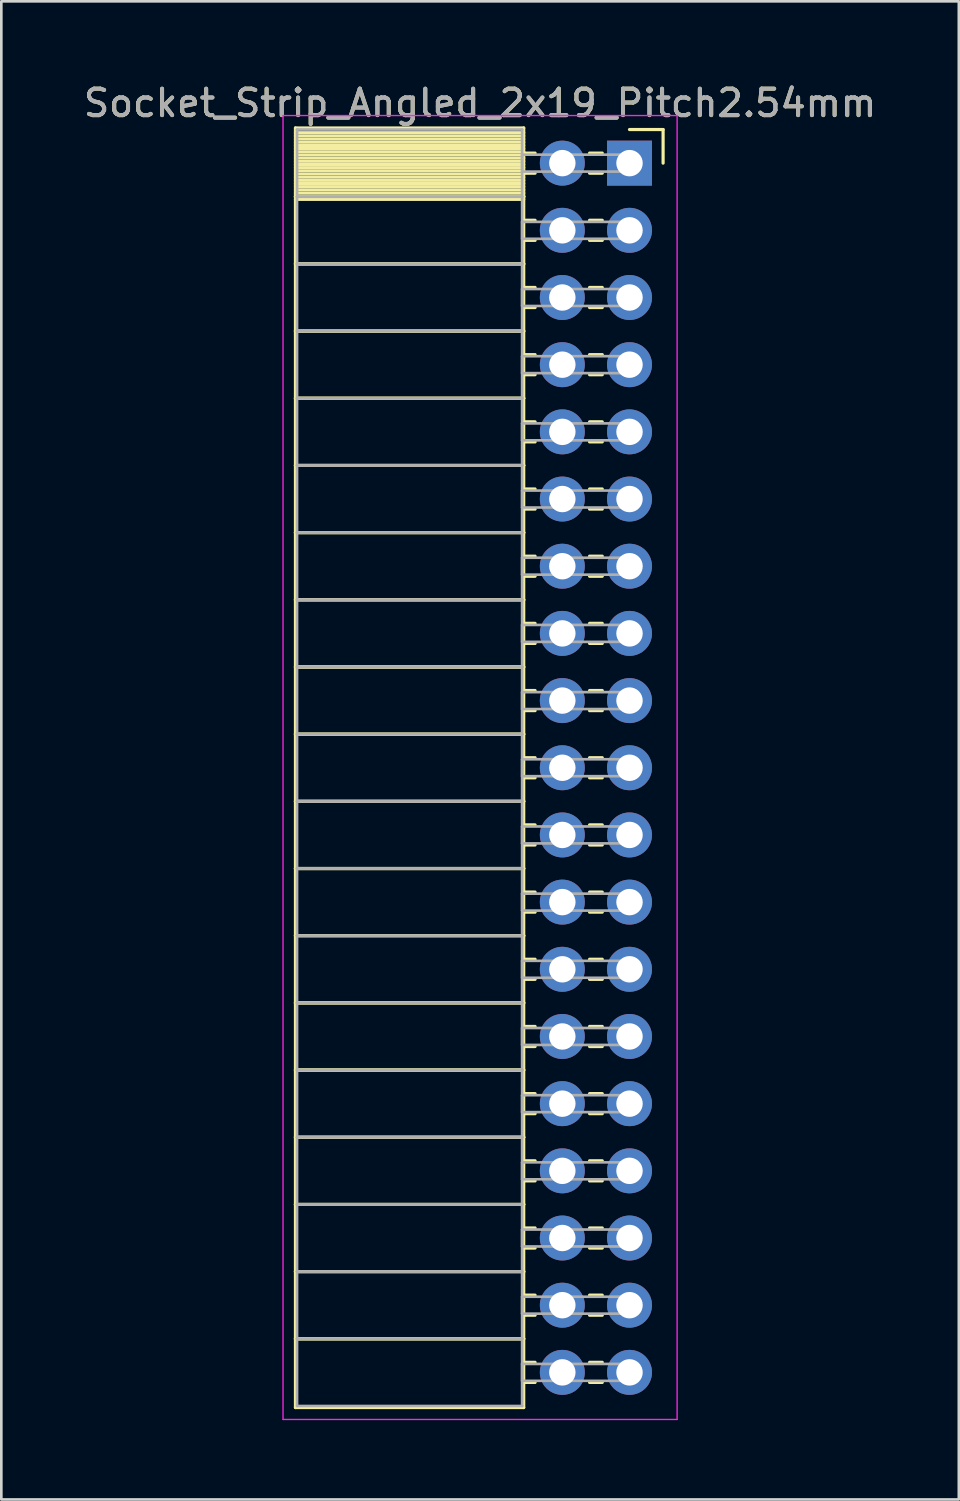
<source format=kicad_pcb>
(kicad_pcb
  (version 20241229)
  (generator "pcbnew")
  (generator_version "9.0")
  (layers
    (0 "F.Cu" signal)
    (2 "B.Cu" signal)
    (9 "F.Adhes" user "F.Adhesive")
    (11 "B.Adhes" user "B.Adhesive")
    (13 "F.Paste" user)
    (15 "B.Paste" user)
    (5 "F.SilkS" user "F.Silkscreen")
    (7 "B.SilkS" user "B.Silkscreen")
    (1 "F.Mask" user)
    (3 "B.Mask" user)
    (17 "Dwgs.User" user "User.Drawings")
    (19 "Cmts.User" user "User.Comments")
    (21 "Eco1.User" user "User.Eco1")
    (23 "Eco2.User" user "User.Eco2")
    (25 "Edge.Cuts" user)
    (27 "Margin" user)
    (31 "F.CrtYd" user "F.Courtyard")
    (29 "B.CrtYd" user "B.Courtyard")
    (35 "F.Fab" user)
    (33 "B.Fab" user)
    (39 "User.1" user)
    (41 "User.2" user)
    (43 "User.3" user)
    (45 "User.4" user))
  (footprint "Socket_Strip_Angled_2x19_Pitch2.54mm"
    (layer "F.Cu")
    (at 20.751 3.118)
    (property "Reference" "Socket_Strip_Angled_2x19_Pitch2.54mm" (at -5.65 -2.27 0) (layer "F.SilkS") (effects (font (size 1 1) (thickness 0.15))))
    (attr through_hole)
    (fp_line (start -12.63 -1.33) (end -4 -1.33) (stroke (width 0.12) (type solid)) (layer "F.SilkS"))
    (fp_line (start -12.63 1.27) (end -12.63 -1.33) (stroke (width 0.12) (type solid)) (layer "F.SilkS"))
    (fp_line (start -12.63 1.27) (end -4 1.27) (stroke (width 0.12) (type solid)) (layer "F.SilkS"))
    (fp_line (start -12.63 3.81) (end -12.63 1.27) (stroke (width 0.12) (type solid)) (layer "F.SilkS"))
    (fp_line (start -12.63 3.81) (end -4 3.81) (stroke (width 0.12) (type solid)) (layer "F.SilkS"))
    (fp_line (start -12.63 6.35) (end -12.63 3.81) (stroke (width 0.12) (type solid)) (layer "F.SilkS"))
    (fp_line (start -12.63 6.35) (end -4 6.35) (stroke (width 0.12) (type solid)) (layer "F.SilkS"))
    (fp_line (start -12.63 8.89) (end -12.63 6.35) (stroke (width 0.12) (type solid)) (layer "F.SilkS"))
    (fp_line (start -12.63 8.89) (end -4 8.89) (stroke (width 0.12) (type solid)) (layer "F.SilkS"))
    (fp_line (start -12.63 11.43) (end -12.63 8.89) (stroke (width 0.12) (type solid)) (layer "F.SilkS"))
    (fp_line (start -12.63 11.43) (end -4 11.43) (stroke (width 0.12) (type solid)) (layer "F.SilkS"))
    (fp_line (start -12.63 13.97) (end -12.63 11.43) (stroke (width 0.12) (type solid)) (layer "F.SilkS"))
    (fp_line (start -12.63 13.97) (end -4 13.97) (stroke (width 0.12) (type solid)) (layer "F.SilkS"))
    (fp_line (start -12.63 16.51) (end -12.63 13.97) (stroke (width 0.12) (type solid)) (layer "F.SilkS"))
    (fp_line (start -12.63 16.51) (end -4 16.51) (stroke (width 0.12) (type solid)) (layer "F.SilkS"))
    (fp_line (start -12.63 19.05) (end -12.63 16.51) (stroke (width 0.12) (type solid)) (layer "F.SilkS"))
    (fp_line (start -12.63 19.05) (end -4 19.05) (stroke (width 0.12) (type solid)) (layer "F.SilkS"))
    (fp_line (start -12.63 21.59) (end -12.63 19.05) (stroke (width 0.12) (type solid)) (layer "F.SilkS"))
    (fp_line (start -12.63 21.59) (end -4 21.59) (stroke (width 0.12) (type solid)) (layer "F.SilkS"))
    (fp_line (start -12.63 24.13) (end -12.63 21.59) (stroke (width 0.12) (type solid)) (layer "F.SilkS"))
    (fp_line (start -12.63 24.13) (end -4 24.13) (stroke (width 0.12) (type solid)) (layer "F.SilkS"))
    (fp_line (start -12.63 26.67) (end -12.63 24.13) (stroke (width 0.12) (type solid)) (layer "F.SilkS"))
    (fp_line (start -12.63 26.67) (end -4 26.67) (stroke (width 0.12) (type solid)) (layer "F.SilkS"))
    (fp_line (start -12.63 29.21) (end -12.63 26.67) (stroke (width 0.12) (type solid)) (layer "F.SilkS"))
    (fp_line (start -12.63 29.21) (end -4 29.21) (stroke (width 0.12) (type solid)) (layer "F.SilkS"))
    (fp_line (start -12.63 31.75) (end -12.63 29.21) (stroke (width 0.12) (type solid)) (layer "F.SilkS"))
    (fp_line (start -12.63 31.75) (end -4 31.75) (stroke (width 0.12) (type solid)) (layer "F.SilkS"))
    (fp_line (start -12.63 34.29) (end -12.63 31.75) (stroke (width 0.12) (type solid)) (layer "F.SilkS"))
    (fp_line (start -12.63 34.29) (end -4 34.29) (stroke (width 0.12) (type solid)) (layer "F.SilkS"))
    (fp_line (start -12.63 36.83) (end -12.63 34.29) (stroke (width 0.12) (type solid)) (layer "F.SilkS"))
    (fp_line (start -12.63 36.83) (end -4 36.83) (stroke (width 0.12) (type solid)) (layer "F.SilkS"))
    (fp_line (start -12.63 39.37) (end -12.63 36.83) (stroke (width 0.12) (type solid)) (layer "F.SilkS"))
    (fp_line (start -12.63 39.37) (end -4 39.37) (stroke (width 0.12) (type solid)) (layer "F.SilkS"))
    (fp_line (start -12.63 41.91) (end -12.63 39.37) (stroke (width 0.12) (type solid)) (layer "F.SilkS"))
    (fp_line (start -12.63 41.91) (end -4 41.91) (stroke (width 0.12) (type solid)) (layer "F.SilkS"))
    (fp_line (start -12.63 44.45) (end -12.63 41.91) (stroke (width 0.12) (type solid)) (layer "F.SilkS"))
    (fp_line (start -12.63 44.45) (end -4 44.45) (stroke (width 0.12) (type solid)) (layer "F.SilkS"))
    (fp_line (start -12.63 47.05) (end -12.63 44.45) (stroke (width 0.12) (type solid)) (layer "F.SilkS"))
    (fp_line (start -4 -1.33) (end -4 1.27) (stroke (width 0.12) (type solid)) (layer "F.SilkS"))
    (fp_line (start -4 -1.15) (end -12.63 -1.15) (stroke (width 0.12) (type solid)) (layer "F.SilkS"))
    (fp_line (start -4 -1.03) (end -12.63 -1.03) (stroke (width 0.12) (type solid)) (layer "F.SilkS"))
    (fp_line (start -4 -0.91) (end -12.63 -0.91) (stroke (width 0.12) (type solid)) (layer "F.SilkS"))
    (fp_line (start -4 -0.79) (end -12.63 -0.79) (stroke (width 0.12) (type solid)) (layer "F.SilkS"))
    (fp_line (start -4 -0.67) (end -12.63 -0.67) (stroke (width 0.12) (type solid)) (layer "F.SilkS"))
    (fp_line (start -4 -0.55) (end -12.63 -0.55) (stroke (width 0.12) (type solid)) (layer "F.SilkS"))
    (fp_line (start -4 -0.43) (end -12.63 -0.43) (stroke (width 0.12) (type solid)) (layer "F.SilkS"))
    (fp_line (start -4 -0.31) (end -12.63 -0.31) (stroke (width 0.12) (type solid)) (layer "F.SilkS"))
    (fp_line (start -4 -0.19) (end -12.63 -0.19) (stroke (width 0.12) (type solid)) (layer "F.SilkS"))
    (fp_line (start -4 -0.07) (end -12.63 -0.07) (stroke (width 0.12) (type solid)) (layer "F.SilkS"))
    (fp_line (start -4 0.05) (end -12.63 0.05) (stroke (width 0.12) (type solid)) (layer "F.SilkS"))
    (fp_line (start -4 0.17) (end -12.63 0.17) (stroke (width 0.12) (type solid)) (layer "F.SilkS"))
    (fp_line (start -4 0.29) (end -12.63 0.29) (stroke (width 0.12) (type solid)) (layer "F.SilkS"))
    (fp_line (start -4 0.41) (end -12.63 0.41) (stroke (width 0.12) (type solid)) (layer "F.SilkS"))
    (fp_line (start -4 0.53) (end -12.63 0.53) (stroke (width 0.12) (type solid)) (layer "F.SilkS"))
    (fp_line (start -4 0.65) (end -12.63 0.65) (stroke (width 0.12) (type solid)) (layer "F.SilkS"))
    (fp_line (start -4 0.77) (end -12.63 0.77) (stroke (width 0.12) (type solid)) (layer "F.SilkS"))
    (fp_line (start -4 0.89) (end -12.63 0.89) (stroke (width 0.12) (type solid)) (layer "F.SilkS"))
    (fp_line (start -4 1.01) (end -12.63 1.01) (stroke (width 0.12) (type solid)) (layer "F.SilkS"))
    (fp_line (start -4 1.13) (end -12.63 1.13) (stroke (width 0.12) (type solid)) (layer "F.SilkS"))
    (fp_line (start -4 1.25) (end -12.63 1.25) (stroke (width 0.12) (type solid)) (layer "F.SilkS"))
    (fp_line (start -4 1.27) (end -12.63 1.27) (stroke (width 0.12) (type solid)) (layer "F.SilkS"))
    (fp_line (start -4 1.27) (end -4 3.81) (stroke (width 0.12) (type solid)) (layer "F.SilkS"))
    (fp_line (start -4 1.37) (end -12.63 1.37) (stroke (width 0.12) (type solid)) (layer "F.SilkS"))
    (fp_line (start -4 3.81) (end -12.63 3.81) (stroke (width 0.12) (type solid)) (layer "F.SilkS"))
    (fp_line (start -4 3.81) (end -4 6.35) (stroke (width 0.12) (type solid)) (layer "F.SilkS"))
    (fp_line (start -4 6.35) (end -12.63 6.35) (stroke (width 0.12) (type solid)) (layer "F.SilkS"))
    (fp_line (start -4 6.35) (end -4 8.89) (stroke (width 0.12) (type solid)) (layer "F.SilkS"))
    (fp_line (start -4 8.89) (end -12.63 8.89) (stroke (width 0.12) (type solid)) (layer "F.SilkS"))
    (fp_line (start -4 8.89) (end -4 11.43) (stroke (width 0.12) (type solid)) (layer "F.SilkS"))
    (fp_line (start -4 11.43) (end -12.63 11.43) (stroke (width 0.12) (type solid)) (layer "F.SilkS"))
    (fp_line (start -4 11.43) (end -4 13.97) (stroke (width 0.12) (type solid)) (layer "F.SilkS"))
    (fp_line (start -4 13.97) (end -12.63 13.97) (stroke (width 0.12) (type solid)) (layer "F.SilkS"))
    (fp_line (start -4 13.97) (end -4 16.51) (stroke (width 0.12) (type solid)) (layer "F.SilkS"))
    (fp_line (start -4 16.51) (end -12.63 16.51) (stroke (width 0.12) (type solid)) (layer "F.SilkS"))
    (fp_line (start -4 16.51) (end -4 19.05) (stroke (width 0.12) (type solid)) (layer "F.SilkS"))
    (fp_line (start -4 19.05) (end -12.63 19.05) (stroke (width 0.12) (type solid)) (layer "F.SilkS"))
    (fp_line (start -4 19.05) (end -4 21.59) (stroke (width 0.12) (type solid)) (layer "F.SilkS"))
    (fp_line (start -4 21.59) (end -12.63 21.59) (stroke (width 0.12) (type solid)) (layer "F.SilkS"))
    (fp_line (start -4 21.59) (end -4 24.13) (stroke (width 0.12) (type solid)) (layer "F.SilkS"))
    (fp_line (start -4 24.13) (end -12.63 24.13) (stroke (width 0.12) (type solid)) (layer "F.SilkS"))
    (fp_line (start -4 24.13) (end -4 26.67) (stroke (width 0.12) (type solid)) (layer "F.SilkS"))
    (fp_line (start -4 26.67) (end -12.63 26.67) (stroke (width 0.12) (type solid)) (layer "F.SilkS"))
    (fp_line (start -4 26.67) (end -4 29.21) (stroke (width 0.12) (type solid)) (layer "F.SilkS"))
    (fp_line (start -4 29.21) (end -12.63 29.21) (stroke (width 0.12) (type solid)) (layer "F.SilkS"))
    (fp_line (start -4 29.21) (end -4 31.75) (stroke (width 0.12) (type solid)) (layer "F.SilkS"))
    (fp_line (start -4 31.75) (end -12.63 31.75) (stroke (width 0.12) (type solid)) (layer "F.SilkS"))
    (fp_line (start -4 31.75) (end -4 34.29) (stroke (width 0.12) (type solid)) (layer "F.SilkS"))
    (fp_line (start -4 34.29) (end -12.63 34.29) (stroke (width 0.12) (type solid)) (layer "F.SilkS"))
    (fp_line (start -4 34.29) (end -4 36.83) (stroke (width 0.12) (type solid)) (layer "F.SilkS"))
    (fp_line (start -4 36.83) (end -12.63 36.83) (stroke (width 0.12) (type solid)) (layer "F.SilkS"))
    (fp_line (start -4 36.83) (end -4 39.37) (stroke (width 0.12) (type solid)) (layer "F.SilkS"))
    (fp_line (start -4 39.37) (end -12.63 39.37) (stroke (width 0.12) (type solid)) (layer "F.SilkS"))
    (fp_line (start -4 39.37) (end -4 41.91) (stroke (width 0.12) (type solid)) (layer "F.SilkS"))
    (fp_line (start -4 41.91) (end -12.63 41.91) (stroke (width 0.12) (type solid)) (layer "F.SilkS"))
    (fp_line (start -4 41.91) (end -4 44.45) (stroke (width 0.12) (type solid)) (layer "F.SilkS"))
    (fp_line (start -4 44.45) (end -12.63 44.45) (stroke (width 0.12) (type solid)) (layer "F.SilkS"))
    (fp_line (start -4 44.45) (end -4 47.05) (stroke (width 0.12) (type solid)) (layer "F.SilkS"))
    (fp_line (start -4 47.05) (end -12.63 47.05) (stroke (width 0.12) (type solid)) (layer "F.SilkS"))
    (fp_line (start -3.57 -0.38) (end -4 -0.38) (stroke (width 0.12) (type solid)) (layer "F.SilkS"))
    (fp_line (start -3.57 0.38) (end -4 0.38) (stroke (width 0.12) (type solid)) (layer "F.SilkS"))
    (fp_line (start -3.57 2.16) (end -4 2.16) (stroke (width 0.12) (type solid)) (layer "F.SilkS"))
    (fp_line (start -3.57 2.92) (end -4 2.92) (stroke (width 0.12) (type solid)) (layer "F.SilkS"))
    (fp_line (start -3.57 4.7) (end -4 4.7) (stroke (width 0.12) (type solid)) (layer "F.SilkS"))
    (fp_line (start -3.57 5.46) (end -4 5.46) (stroke (width 0.12) (type solid)) (layer "F.SilkS"))
    (fp_line (start -3.57 7.24) (end -4 7.24) (stroke (width 0.12) (type solid)) (layer "F.SilkS"))
    (fp_line (start -3.57 8) (end -4 8) (stroke (width 0.12) (type solid)) (layer "F.SilkS"))
    (fp_line (start -3.57 9.78) (end -4 9.78) (stroke (width 0.12) (type solid)) (layer "F.SilkS"))
    (fp_line (start -3.57 10.54) (end -4 10.54) (stroke (width 0.12) (type solid)) (layer "F.SilkS"))
    (fp_line (start -3.57 12.32) (end -4 12.32) (stroke (width 0.12) (type solid)) (layer "F.SilkS"))
    (fp_line (start -3.57 13.08) (end -4 13.08) (stroke (width 0.12) (type solid)) (layer "F.SilkS"))
    (fp_line (start -3.57 14.86) (end -4 14.86) (stroke (width 0.12) (type solid)) (layer "F.SilkS"))
    (fp_line (start -3.57 15.62) (end -4 15.62) (stroke (width 0.12) (type solid)) (layer "F.SilkS"))
    (fp_line (start -3.57 17.4) (end -4 17.4) (stroke (width 0.12) (type solid)) (layer "F.SilkS"))
    (fp_line (start -3.57 18.16) (end -4 18.16) (stroke (width 0.12) (type solid)) (layer "F.SilkS"))
    (fp_line (start -3.57 19.94) (end -4 19.94) (stroke (width 0.12) (type solid)) (layer "F.SilkS"))
    (fp_line (start -3.57 20.7) (end -4 20.7) (stroke (width 0.12) (type solid)) (layer "F.SilkS"))
    (fp_line (start -3.57 22.48) (end -4 22.48) (stroke (width 0.12) (type solid)) (layer "F.SilkS"))
    (fp_line (start -3.57 23.24) (end -4 23.24) (stroke (width 0.12) (type solid)) (layer "F.SilkS"))
    (fp_line (start -3.57 25.02) (end -4 25.02) (stroke (width 0.12) (type solid)) (layer "F.SilkS"))
    (fp_line (start -3.57 25.78) (end -4 25.78) (stroke (width 0.12) (type solid)) (layer "F.SilkS"))
    (fp_line (start -3.57 27.56) (end -4 27.56) (stroke (width 0.12) (type solid)) (layer "F.SilkS"))
    (fp_line (start -3.57 28.32) (end -4 28.32) (stroke (width 0.12) (type solid)) (layer "F.SilkS"))
    (fp_line (start -3.57 30.1) (end -4 30.1) (stroke (width 0.12) (type solid)) (layer "F.SilkS"))
    (fp_line (start -3.57 30.86) (end -4 30.86) (stroke (width 0.12) (type solid)) (layer "F.SilkS"))
    (fp_line (start -3.57 32.64) (end -4 32.64) (stroke (width 0.12) (type solid)) (layer "F.SilkS"))
    (fp_line (start -3.57 33.4) (end -4 33.4) (stroke (width 0.12) (type solid)) (layer "F.SilkS"))
    (fp_line (start -3.57 35.18) (end -4 35.18) (stroke (width 0.12) (type solid)) (layer "F.SilkS"))
    (fp_line (start -3.57 35.94) (end -4 35.94) (stroke (width 0.12) (type solid)) (layer "F.SilkS"))
    (fp_line (start -3.57 37.72) (end -4 37.72) (stroke (width 0.12) (type solid)) (layer "F.SilkS"))
    (fp_line (start -3.57 38.48) (end -4 38.48) (stroke (width 0.12) (type solid)) (layer "F.SilkS"))
    (fp_line (start -3.57 40.26) (end -4 40.26) (stroke (width 0.12) (type solid)) (layer "F.SilkS"))
    (fp_line (start -3.57 41.02) (end -4 41.02) (stroke (width 0.12) (type solid)) (layer "F.SilkS"))
    (fp_line (start -3.57 42.8) (end -4 42.8) (stroke (width 0.12) (type solid)) (layer "F.SilkS"))
    (fp_line (start -3.57 43.56) (end -4 43.56) (stroke (width 0.12) (type solid)) (layer "F.SilkS"))
    (fp_line (start -3.57 45.34) (end -4 45.34) (stroke (width 0.12) (type solid)) (layer "F.SilkS"))
    (fp_line (start -3.57 46.1) (end -4 46.1) (stroke (width 0.12) (type solid)) (layer "F.SilkS"))
    (fp_line (start -1.03 -0.38) (end -1.51 -0.38) (stroke (width 0.12) (type solid)) (layer "F.SilkS"))
    (fp_line (start -1.03 0.38) (end -1.51 0.38) (stroke (width 0.12) (type solid)) (layer "F.SilkS"))
    (fp_line (start -1.03 2.16) (end -1.51 2.16) (stroke (width 0.12) (type solid)) (layer "F.SilkS"))
    (fp_line (start -1.03 2.92) (end -1.51 2.92) (stroke (width 0.12) (type solid)) (layer "F.SilkS"))
    (fp_line (start -1.03 4.7) (end -1.51 4.7) (stroke (width 0.12) (type solid)) (layer "F.SilkS"))
    (fp_line (start -1.03 5.46) (end -1.51 5.46) (stroke (width 0.12) (type solid)) (layer "F.SilkS"))
    (fp_line (start -1.03 7.24) (end -1.51 7.24) (stroke (width 0.12) (type solid)) (layer "F.SilkS"))
    (fp_line (start -1.03 8) (end -1.51 8) (stroke (width 0.12) (type solid)) (layer "F.SilkS"))
    (fp_line (start -1.03 9.78) (end -1.51 9.78) (stroke (width 0.12) (type solid)) (layer "F.SilkS"))
    (fp_line (start -1.03 10.54) (end -1.51 10.54) (stroke (width 0.12) (type solid)) (layer "F.SilkS"))
    (fp_line (start -1.03 12.32) (end -1.51 12.32) (stroke (width 0.12) (type solid)) (layer "F.SilkS"))
    (fp_line (start -1.03 13.08) (end -1.51 13.08) (stroke (width 0.12) (type solid)) (layer "F.SilkS"))
    (fp_line (start -1.03 14.86) (end -1.51 14.86) (stroke (width 0.12) (type solid)) (layer "F.SilkS"))
    (fp_line (start -1.03 15.62) (end -1.51 15.62) (stroke (width 0.12) (type solid)) (layer "F.SilkS"))
    (fp_line (start -1.03 17.4) (end -1.51 17.4) (stroke (width 0.12) (type solid)) (layer "F.SilkS"))
    (fp_line (start -1.03 18.16) (end -1.51 18.16) (stroke (width 0.12) (type solid)) (layer "F.SilkS"))
    (fp_line (start -1.03 19.94) (end -1.51 19.94) (stroke (width 0.12) (type solid)) (layer "F.SilkS"))
    (fp_line (start -1.03 20.7) (end -1.51 20.7) (stroke (width 0.12) (type solid)) (layer "F.SilkS"))
    (fp_line (start -1.03 22.48) (end -1.51 22.48) (stroke (width 0.12) (type solid)) (layer "F.SilkS"))
    (fp_line (start -1.03 23.24) (end -1.51 23.24) (stroke (width 0.12) (type solid)) (layer "F.SilkS"))
    (fp_line (start -1.03 25.02) (end -1.51 25.02) (stroke (width 0.12) (type solid)) (layer "F.SilkS"))
    (fp_line (start -1.03 25.78) (end -1.51 25.78) (stroke (width 0.12) (type solid)) (layer "F.SilkS"))
    (fp_line (start -1.03 27.56) (end -1.51 27.56) (stroke (width 0.12) (type solid)) (layer "F.SilkS"))
    (fp_line (start -1.03 28.32) (end -1.51 28.32) (stroke (width 0.12) (type solid)) (layer "F.SilkS"))
    (fp_line (start -1.03 30.1) (end -1.51 30.1) (stroke (width 0.12) (type solid)) (layer "F.SilkS"))
    (fp_line (start -1.03 30.86) (end -1.51 30.86) (stroke (width 0.12) (type solid)) (layer "F.SilkS"))
    (fp_line (start -1.03 32.64) (end -1.51 32.64) (stroke (width 0.12) (type solid)) (layer "F.SilkS"))
    (fp_line (start -1.03 33.4) (end -1.51 33.4) (stroke (width 0.12) (type solid)) (layer "F.SilkS"))
    (fp_line (start -1.03 35.18) (end -1.51 35.18) (stroke (width 0.12) (type solid)) (layer "F.SilkS"))
    (fp_line (start -1.03 35.94) (end -1.51 35.94) (stroke (width 0.12) (type solid)) (layer "F.SilkS"))
    (fp_line (start -1.03 37.72) (end -1.51 37.72) (stroke (width 0.12) (type solid)) (layer "F.SilkS"))
    (fp_line (start -1.03 38.48) (end -1.51 38.48) (stroke (width 0.12) (type solid)) (layer "F.SilkS"))
    (fp_line (start -1.03 40.26) (end -1.51 40.26) (stroke (width 0.12) (type solid)) (layer "F.SilkS"))
    (fp_line (start -1.03 41.02) (end -1.51 41.02) (stroke (width 0.12) (type solid)) (layer "F.SilkS"))
    (fp_line (start -1.03 42.8) (end -1.51 42.8) (stroke (width 0.12) (type solid)) (layer "F.SilkS"))
    (fp_line (start -1.03 43.56) (end -1.51 43.56) (stroke (width 0.12) (type solid)) (layer "F.SilkS"))
    (fp_line (start -1.03 45.34) (end -1.51 45.34) (stroke (width 0.12) (type solid)) (layer "F.SilkS"))
    (fp_line (start -1.03 46.1) (end -1.51 46.1) (stroke (width 0.12) (type solid)) (layer "F.SilkS"))
    (fp_line (start 0 -1.27) (end 1.27 -1.27) (stroke (width 0.12) (type solid)) (layer "F.SilkS"))
    (fp_line (start 1.27 -1.27) (end 1.27 0) (stroke (width 0.12) (type solid)) (layer "F.SilkS"))
    (fp_line (start -13.1 -1.8) (end 1.8 -1.8) (stroke (width 0.05) (type solid)) (layer "F.CrtYd"))
    (fp_line (start -13.1 47.5) (end -13.1 -1.8) (stroke (width 0.05) (type solid)) (layer "F.CrtYd"))
    (fp_line (start 1.8 -1.8) (end 1.8 47.5) (stroke (width 0.05) (type solid)) (layer "F.CrtYd"))
    (fp_line (start 1.8 47.5) (end -13.1 47.5) (stroke (width 0.05) (type solid)) (layer "F.CrtYd"))
    (fp_line (start -12.57 -1.27) (end -4.06 -1.27) (stroke (width 0.1) (type solid)) (layer "F.Fab"))
    (fp_line (start -12.57 1.27) (end -12.57 -1.27) (stroke (width 0.1) (type solid)) (layer "F.Fab"))
    (fp_line (start -12.57 1.27) (end -4.06 1.27) (stroke (width 0.1) (type solid)) (layer "F.Fab"))
    (fp_line (start -12.57 3.81) (end -12.57 1.27) (stroke (width 0.1) (type solid)) (layer "F.Fab"))
    (fp_line (start -12.57 3.81) (end -4.06 3.81) (stroke (width 0.1) (type solid)) (layer "F.Fab"))
    (fp_line (start -12.57 6.35) (end -12.57 3.81) (stroke (width 0.1) (type solid)) (layer "F.Fab"))
    (fp_line (start -12.57 6.35) (end -4.06 6.35) (stroke (width 0.1) (type solid)) (layer "F.Fab"))
    (fp_line (start -12.57 8.89) (end -12.57 6.35) (stroke (width 0.1) (type solid)) (layer "F.Fab"))
    (fp_line (start -12.57 8.89) (end -4.06 8.89) (stroke (width 0.1) (type solid)) (layer "F.Fab"))
    (fp_line (start -12.57 11.43) (end -12.57 8.89) (stroke (width 0.1) (type solid)) (layer "F.Fab"))
    (fp_line (start -12.57 11.43) (end -4.06 11.43) (stroke (width 0.1) (type solid)) (layer "F.Fab"))
    (fp_line (start -12.57 13.97) (end -12.57 11.43) (stroke (width 0.1) (type solid)) (layer "F.Fab"))
    (fp_line (start -12.57 13.97) (end -4.06 13.97) (stroke (width 0.1) (type solid)) (layer "F.Fab"))
    (fp_line (start -12.57 16.51) (end -12.57 13.97) (stroke (width 0.1) (type solid)) (layer "F.Fab"))
    (fp_line (start -12.57 16.51) (end -4.06 16.51) (stroke (width 0.1) (type solid)) (layer "F.Fab"))
    (fp_line (start -12.57 19.05) (end -12.57 16.51) (stroke (width 0.1) (type solid)) (layer "F.Fab"))
    (fp_line (start -12.57 19.05) (end -4.06 19.05) (stroke (width 0.1) (type solid)) (layer "F.Fab"))
    (fp_line (start -12.57 21.59) (end -12.57 19.05) (stroke (width 0.1) (type solid)) (layer "F.Fab"))
    (fp_line (start -12.57 21.59) (end -4.06 21.59) (stroke (width 0.1) (type solid)) (layer "F.Fab"))
    (fp_line (start -12.57 24.13) (end -12.57 21.59) (stroke (width 0.1) (type solid)) (layer "F.Fab"))
    (fp_line (start -12.57 24.13) (end -4.06 24.13) (stroke (width 0.1) (type solid)) (layer "F.Fab"))
    (fp_line (start -12.57 26.67) (end -12.57 24.13) (stroke (width 0.1) (type solid)) (layer "F.Fab"))
    (fp_line (start -12.57 26.67) (end -4.06 26.67) (stroke (width 0.1) (type solid)) (layer "F.Fab"))
    (fp_line (start -12.57 29.21) (end -12.57 26.67) (stroke (width 0.1) (type solid)) (layer "F.Fab"))
    (fp_line (start -12.57 29.21) (end -4.06 29.21) (stroke (width 0.1) (type solid)) (layer "F.Fab"))
    (fp_line (start -12.57 31.75) (end -12.57 29.21) (stroke (width 0.1) (type solid)) (layer "F.Fab"))
    (fp_line (start -12.57 31.75) (end -4.06 31.75) (stroke (width 0.1) (type solid)) (layer "F.Fab"))
    (fp_line (start -12.57 34.29) (end -12.57 31.75) (stroke (width 0.1) (type solid)) (layer "F.Fab"))
    (fp_line (start -12.57 34.29) (end -4.06 34.29) (stroke (width 0.1) (type solid)) (layer "F.Fab"))
    (fp_line (start -12.57 36.83) (end -12.57 34.29) (stroke (width 0.1) (type solid)) (layer "F.Fab"))
    (fp_line (start -12.57 36.83) (end -4.06 36.83) (stroke (width 0.1) (type solid)) (layer "F.Fab"))
    (fp_line (start -12.57 39.37) (end -12.57 36.83) (stroke (width 0.1) (type solid)) (layer "F.Fab"))
    (fp_line (start -12.57 39.37) (end -4.06 39.37) (stroke (width 0.1) (type solid)) (layer "F.Fab"))
    (fp_line (start -12.57 41.91) (end -12.57 39.37) (stroke (width 0.1) (type solid)) (layer "F.Fab"))
    (fp_line (start -12.57 41.91) (end -4.06 41.91) (stroke (width 0.1) (type solid)) (layer "F.Fab"))
    (fp_line (start -12.57 44.45) (end -12.57 41.91) (stroke (width 0.1) (type solid)) (layer "F.Fab"))
    (fp_line (start -12.57 44.45) (end -4.06 44.45) (stroke (width 0.1) (type solid)) (layer "F.Fab"))
    (fp_line (start -12.57 46.99) (end -12.57 44.45) (stroke (width 0.1) (type solid)) (layer "F.Fab"))
    (fp_line (start -4.06 -1.27) (end -4.06 1.27) (stroke (width 0.1) (type solid)) (layer "F.Fab"))
    (fp_line (start -4.06 -0.32) (end 0 -0.32) (stroke (width 0.1) (type solid)) (layer "F.Fab"))
    (fp_line (start -4.06 0.32) (end -4.06 -0.32) (stroke (width 0.1) (type solid)) (layer "F.Fab"))
    (fp_line (start -4.06 1.27) (end -12.57 1.27) (stroke (width 0.1) (type solid)) (layer "F.Fab"))
    (fp_line (start -4.06 1.27) (end -4.06 3.81) (stroke (width 0.1) (type solid)) (layer "F.Fab"))
    (fp_line (start -4.06 2.22) (end 0 2.22) (stroke (width 0.1) (type solid)) (layer "F.Fab"))
    (fp_line (start -4.06 2.86) (end -4.06 2.22) (stroke (width 0.1) (type solid)) (layer "F.Fab"))
    (fp_line (start -4.06 3.81) (end -12.57 3.81) (stroke (width 0.1) (type solid)) (layer "F.Fab"))
    (fp_line (start -4.06 3.81) (end -4.06 6.35) (stroke (width 0.1) (type solid)) (layer "F.Fab"))
    (fp_line (start -4.06 4.76) (end 0 4.76) (stroke (width 0.1) (type solid)) (layer "F.Fab"))
    (fp_line (start -4.06 5.4) (end -4.06 4.76) (stroke (width 0.1) (type solid)) (layer "F.Fab"))
    (fp_line (start -4.06 6.35) (end -12.57 6.35) (stroke (width 0.1) (type solid)) (layer "F.Fab"))
    (fp_line (start -4.06 6.35) (end -4.06 8.89) (stroke (width 0.1) (type solid)) (layer "F.Fab"))
    (fp_line (start -4.06 7.3) (end 0 7.3) (stroke (width 0.1) (type solid)) (layer "F.Fab"))
    (fp_line (start -4.06 7.94) (end -4.06 7.3) (stroke (width 0.1) (type solid)) (layer "F.Fab"))
    (fp_line (start -4.06 8.89) (end -12.57 8.89) (stroke (width 0.1) (type solid)) (layer "F.Fab"))
    (fp_line (start -4.06 8.89) (end -4.06 11.43) (stroke (width 0.1) (type solid)) (layer "F.Fab"))
    (fp_line (start -4.06 9.84) (end 0 9.84) (stroke (width 0.1) (type solid)) (layer "F.Fab"))
    (fp_line (start -4.06 10.48) (end -4.06 9.84) (stroke (width 0.1) (type solid)) (layer "F.Fab"))
    (fp_line (start -4.06 11.43) (end -12.57 11.43) (stroke (width 0.1) (type solid)) (layer "F.Fab"))
    (fp_line (start -4.06 11.43) (end -4.06 13.97) (stroke (width 0.1) (type solid)) (layer "F.Fab"))
    (fp_line (start -4.06 12.38) (end 0 12.38) (stroke (width 0.1) (type solid)) (layer "F.Fab"))
    (fp_line (start -4.06 13.02) (end -4.06 12.38) (stroke (width 0.1) (type solid)) (layer "F.Fab"))
    (fp_line (start -4.06 13.97) (end -12.57 13.97) (stroke (width 0.1) (type solid)) (layer "F.Fab"))
    (fp_line (start -4.06 13.97) (end -4.06 16.51) (stroke (width 0.1) (type solid)) (layer "F.Fab"))
    (fp_line (start -4.06 14.92) (end 0 14.92) (stroke (width 0.1) (type solid)) (layer "F.Fab"))
    (fp_line (start -4.06 15.56) (end -4.06 14.92) (stroke (width 0.1) (type solid)) (layer "F.Fab"))
    (fp_line (start -4.06 16.51) (end -12.57 16.51) (stroke (width 0.1) (type solid)) (layer "F.Fab"))
    (fp_line (start -4.06 16.51) (end -4.06 19.05) (stroke (width 0.1) (type solid)) (layer "F.Fab"))
    (fp_line (start -4.06 17.46) (end 0 17.46) (stroke (width 0.1) (type solid)) (layer "F.Fab"))
    (fp_line (start -4.06 18.1) (end -4.06 17.46) (stroke (width 0.1) (type solid)) (layer "F.Fab"))
    (fp_line (start -4.06 19.05) (end -12.57 19.05) (stroke (width 0.1) (type solid)) (layer "F.Fab"))
    (fp_line (start -4.06 19.05) (end -4.06 21.59) (stroke (width 0.1) (type solid)) (layer "F.Fab"))
    (fp_line (start -4.06 20) (end 0 20) (stroke (width 0.1) (type solid)) (layer "F.Fab"))
    (fp_line (start -4.06 20.64) (end -4.06 20) (stroke (width 0.1) (type solid)) (layer "F.Fab"))
    (fp_line (start -4.06 21.59) (end -12.57 21.59) (stroke (width 0.1) (type solid)) (layer "F.Fab"))
    (fp_line (start -4.06 21.59) (end -4.06 24.13) (stroke (width 0.1) (type solid)) (layer "F.Fab"))
    (fp_line (start -4.06 22.54) (end 0 22.54) (stroke (width 0.1) (type solid)) (layer "F.Fab"))
    (fp_line (start -4.06 23.18) (end -4.06 22.54) (stroke (width 0.1) (type solid)) (layer "F.Fab"))
    (fp_line (start -4.06 24.13) (end -12.57 24.13) (stroke (width 0.1) (type solid)) (layer "F.Fab"))
    (fp_line (start -4.06 24.13) (end -4.06 26.67) (stroke (width 0.1) (type solid)) (layer "F.Fab"))
    (fp_line (start -4.06 25.08) (end 0 25.08) (stroke (width 0.1) (type solid)) (layer "F.Fab"))
    (fp_line (start -4.06 25.72) (end -4.06 25.08) (stroke (width 0.1) (type solid)) (layer "F.Fab"))
    (fp_line (start -4.06 26.67) (end -12.57 26.67) (stroke (width 0.1) (type solid)) (layer "F.Fab"))
    (fp_line (start -4.06 26.67) (end -4.06 29.21) (stroke (width 0.1) (type solid)) (layer "F.Fab"))
    (fp_line (start -4.06 27.62) (end 0 27.62) (stroke (width 0.1) (type solid)) (layer "F.Fab"))
    (fp_line (start -4.06 28.26) (end -4.06 27.62) (stroke (width 0.1) (type solid)) (layer "F.Fab"))
    (fp_line (start -4.06 29.21) (end -12.57 29.21) (stroke (width 0.1) (type solid)) (layer "F.Fab"))
    (fp_line (start -4.06 29.21) (end -4.06 31.75) (stroke (width 0.1) (type solid)) (layer "F.Fab"))
    (fp_line (start -4.06 30.16) (end 0 30.16) (stroke (width 0.1) (type solid)) (layer "F.Fab"))
    (fp_line (start -4.06 30.8) (end -4.06 30.16) (stroke (width 0.1) (type solid)) (layer "F.Fab"))
    (fp_line (start -4.06 31.75) (end -12.57 31.75) (stroke (width 0.1) (type solid)) (layer "F.Fab"))
    (fp_line (start -4.06 31.75) (end -4.06 34.29) (stroke (width 0.1) (type solid)) (layer "F.Fab"))
    (fp_line (start -4.06 32.7) (end 0 32.7) (stroke (width 0.1) (type solid)) (layer "F.Fab"))
    (fp_line (start -4.06 33.34) (end -4.06 32.7) (stroke (width 0.1) (type solid)) (layer "F.Fab"))
    (fp_line (start -4.06 34.29) (end -12.57 34.29) (stroke (width 0.1) (type solid)) (layer "F.Fab"))
    (fp_line (start -4.06 34.29) (end -4.06 36.83) (stroke (width 0.1) (type solid)) (layer "F.Fab"))
    (fp_line (start -4.06 35.24) (end 0 35.24) (stroke (width 0.1) (type solid)) (layer "F.Fab"))
    (fp_line (start -4.06 35.88) (end -4.06 35.24) (stroke (width 0.1) (type solid)) (layer "F.Fab"))
    (fp_line (start -4.06 36.83) (end -12.57 36.83) (stroke (width 0.1) (type solid)) (layer "F.Fab"))
    (fp_line (start -4.06 36.83) (end -4.06 39.37) (stroke (width 0.1) (type solid)) (layer "F.Fab"))
    (fp_line (start -4.06 37.78) (end 0 37.78) (stroke (width 0.1) (type solid)) (layer "F.Fab"))
    (fp_line (start -4.06 38.42) (end -4.06 37.78) (stroke (width 0.1) (type solid)) (layer "F.Fab"))
    (fp_line (start -4.06 39.37) (end -12.57 39.37) (stroke (width 0.1) (type solid)) (layer "F.Fab"))
    (fp_line (start -4.06 39.37) (end -4.06 41.91) (stroke (width 0.1) (type solid)) (layer "F.Fab"))
    (fp_line (start -4.06 40.32) (end 0 40.32) (stroke (width 0.1) (type solid)) (layer "F.Fab"))
    (fp_line (start -4.06 40.96) (end -4.06 40.32) (stroke (width 0.1) (type solid)) (layer "F.Fab"))
    (fp_line (start -4.06 41.91) (end -12.57 41.91) (stroke (width 0.1) (type solid)) (layer "F.Fab"))
    (fp_line (start -4.06 41.91) (end -4.06 44.45) (stroke (width 0.1) (type solid)) (layer "F.Fab"))
    (fp_line (start -4.06 42.86) (end 0 42.86) (stroke (width 0.1) (type solid)) (layer "F.Fab"))
    (fp_line (start -4.06 43.5) (end -4.06 42.86) (stroke (width 0.1) (type solid)) (layer "F.Fab"))
    (fp_line (start -4.06 44.45) (end -12.57 44.45) (stroke (width 0.1) (type solid)) (layer "F.Fab"))
    (fp_line (start -4.06 44.45) (end -4.06 46.99) (stroke (width 0.1) (type solid)) (layer "F.Fab"))
    (fp_line (start -4.06 45.4) (end 0 45.4) (stroke (width 0.1) (type solid)) (layer "F.Fab"))
    (fp_line (start -4.06 46.04) (end -4.06 45.4) (stroke (width 0.1) (type solid)) (layer "F.Fab"))
    (fp_line (start -4.06 46.99) (end -12.57 46.99) (stroke (width 0.1) (type solid)) (layer "F.Fab"))
    (fp_line (start 0 -0.32) (end 0 0.32) (stroke (width 0.1) (type solid)) (layer "F.Fab"))
    (fp_line (start 0 0.32) (end -4.06 0.32) (stroke (width 0.1) (type solid)) (layer "F.Fab"))
    (fp_line (start 0 2.22) (end 0 2.86) (stroke (width 0.1) (type solid)) (layer "F.Fab"))
    (fp_line (start 0 2.86) (end -4.06 2.86) (stroke (width 0.1) (type solid)) (layer "F.Fab"))
    (fp_line (start 0 4.76) (end 0 5.4) (stroke (width 0.1) (type solid)) (layer "F.Fab"))
    (fp_line (start 0 5.4) (end -4.06 5.4) (stroke (width 0.1) (type solid)) (layer "F.Fab"))
    (fp_line (start 0 7.3) (end 0 7.94) (stroke (width 0.1) (type solid)) (layer "F.Fab"))
    (fp_line (start 0 7.94) (end -4.06 7.94) (stroke (width 0.1) (type solid)) (layer "F.Fab"))
    (fp_line (start 0 9.84) (end 0 10.48) (stroke (width 0.1) (type solid)) (layer "F.Fab"))
    (fp_line (start 0 10.48) (end -4.06 10.48) (stroke (width 0.1) (type solid)) (layer "F.Fab"))
    (fp_line (start 0 12.38) (end 0 13.02) (stroke (width 0.1) (type solid)) (layer "F.Fab"))
    (fp_line (start 0 13.02) (end -4.06 13.02) (stroke (width 0.1) (type solid)) (layer "F.Fab"))
    (fp_line (start 0 14.92) (end 0 15.56) (stroke (width 0.1) (type solid)) (layer "F.Fab"))
    (fp_line (start 0 15.56) (end -4.06 15.56) (stroke (width 0.1) (type solid)) (layer "F.Fab"))
    (fp_line (start 0 17.46) (end 0 18.1) (stroke (width 0.1) (type solid)) (layer "F.Fab"))
    (fp_line (start 0 18.1) (end -4.06 18.1) (stroke (width 0.1) (type solid)) (layer "F.Fab"))
    (fp_line (start 0 20) (end 0 20.64) (stroke (width 0.1) (type solid)) (layer "F.Fab"))
    (fp_line (start 0 20.64) (end -4.06 20.64) (stroke (width 0.1) (type solid)) (layer "F.Fab"))
    (fp_line (start 0 22.54) (end 0 23.18) (stroke (width 0.1) (type solid)) (layer "F.Fab"))
    (fp_line (start 0 23.18) (end -4.06 23.18) (stroke (width 0.1) (type solid)) (layer "F.Fab"))
    (fp_line (start 0 25.08) (end 0 25.72) (stroke (width 0.1) (type solid)) (layer "F.Fab"))
    (fp_line (start 0 25.72) (end -4.06 25.72) (stroke (width 0.1) (type solid)) (layer "F.Fab"))
    (fp_line (start 0 27.62) (end 0 28.26) (stroke (width 0.1) (type solid)) (layer "F.Fab"))
    (fp_line (start 0 28.26) (end -4.06 28.26) (stroke (width 0.1) (type solid)) (layer "F.Fab"))
    (fp_line (start 0 30.16) (end 0 30.8) (stroke (width 0.1) (type solid)) (layer "F.Fab"))
    (fp_line (start 0 30.8) (end -4.06 30.8) (stroke (width 0.1) (type solid)) (layer "F.Fab"))
    (fp_line (start 0 32.7) (end 0 33.34) (stroke (width 0.1) (type solid)) (layer "F.Fab"))
    (fp_line (start 0 33.34) (end -4.06 33.34) (stroke (width 0.1) (type solid)) (layer "F.Fab"))
    (fp_line (start 0 35.24) (end 0 35.88) (stroke (width 0.1) (type solid)) (layer "F.Fab"))
    (fp_line (start 0 35.88) (end -4.06 35.88) (stroke (width 0.1) (type solid)) (layer "F.Fab"))
    (fp_line (start 0 37.78) (end 0 38.42) (stroke (width 0.1) (type solid)) (layer "F.Fab"))
    (fp_line (start 0 38.42) (end -4.06 38.42) (stroke (width 0.1) (type solid)) (layer "F.Fab"))
    (fp_line (start 0 40.32) (end 0 40.96) (stroke (width 0.1) (type solid)) (layer "F.Fab"))
    (fp_line (start 0 40.96) (end -4.06 40.96) (stroke (width 0.1) (type solid)) (layer "F.Fab"))
    (fp_line (start 0 42.86) (end 0 43.5) (stroke (width 0.1) (type solid)) (layer "F.Fab"))
    (fp_line (start 0 43.5) (end -4.06 43.5) (stroke (width 0.1) (type solid)) (layer "F.Fab"))
    (fp_line (start 0 45.4) (end 0 46.04) (stroke (width 0.1) (type solid)) (layer "F.Fab"))
    (fp_line (start 0 46.04) (end -4.06 46.04) (stroke (width 0.1) (type solid)) (layer "F.Fab"))
    (fp_text user "${REFERENCE}" (at -5.65 -2.27 0) (layer "F.Fab") (effects (font (size 1 1) (thickness 0.15))))
    (pad "1" thru_hole rect (at 0 0) (size 1.7 1.7) (drill 1) (layers "*.Cu" "*.Mask"))
    (pad "2" thru_hole oval (at -2.54 0) (size 1.7 1.7) (drill 1) (layers "*.Cu" "*.Mask"))
    (pad "3" thru_hole oval (at 0 2.54) (size 1.7 1.7) (drill 1) (layers "*.Cu" "*.Mask"))
    (pad "4" thru_hole oval (at -2.54 2.54) (size 1.7 1.7) (drill 1) (layers "*.Cu" "*.Mask"))
    (pad "5" thru_hole oval (at 0 5.08) (size 1.7 1.7) (drill 1) (layers "*.Cu" "*.Mask"))
    (pad "6" thru_hole oval (at -2.54 5.08) (size 1.7 1.7) (drill 1) (layers "*.Cu" "*.Mask"))
    (pad "7" thru_hole oval (at 0 7.62) (size 1.7 1.7) (drill 1) (layers "*.Cu" "*.Mask"))
    (pad "8" thru_hole oval (at -2.54 7.62) (size 1.7 1.7) (drill 1) (layers "*.Cu" "*.Mask"))
    (pad "9" thru_hole oval (at 0 10.16) (size 1.7 1.7) (drill 1) (layers "*.Cu" "*.Mask"))
    (pad "10" thru_hole oval (at -2.54 10.16) (size 1.7 1.7) (drill 1) (layers "*.Cu" "*.Mask"))
    (pad "11" thru_hole oval (at 0 12.7) (size 1.7 1.7) (drill 1) (layers "*.Cu" "*.Mask"))
    (pad "12" thru_hole oval (at -2.54 12.7) (size 1.7 1.7) (drill 1) (layers "*.Cu" "*.Mask"))
    (pad "13" thru_hole oval (at 0 15.24) (size 1.7 1.7) (drill 1) (layers "*.Cu" "*.Mask"))
    (pad "14" thru_hole oval (at -2.54 15.24) (size 1.7 1.7) (drill 1) (layers "*.Cu" "*.Mask"))
    (pad "15" thru_hole oval (at 0 17.78) (size 1.7 1.7) (drill 1) (layers "*.Cu" "*.Mask"))
    (pad "16" thru_hole oval (at -2.54 17.78) (size 1.7 1.7) (drill 1) (layers "*.Cu" "*.Mask"))
    (pad "17" thru_hole oval (at 0 20.32) (size 1.7 1.7) (drill 1) (layers "*.Cu" "*.Mask"))
    (pad "18" thru_hole oval (at -2.54 20.32) (size 1.7 1.7) (drill 1) (layers "*.Cu" "*.Mask"))
    (pad "19" thru_hole oval (at 0 22.86) (size 1.7 1.7) (drill 1) (layers "*.Cu" "*.Mask"))
    (pad "20" thru_hole oval (at -2.54 22.86) (size 1.7 1.7) (drill 1) (layers "*.Cu" "*.Mask"))
    (pad "21" thru_hole oval (at 0 25.4) (size 1.7 1.7) (drill 1) (layers "*.Cu" "*.Mask"))
    (pad "22" thru_hole oval (at -2.54 25.4) (size 1.7 1.7) (drill 1) (layers "*.Cu" "*.Mask"))
    (pad "23" thru_hole oval (at 0 27.94) (size 1.7 1.7) (drill 1) (layers "*.Cu" "*.Mask"))
    (pad "24" thru_hole oval (at -2.54 27.94) (size 1.7 1.7) (drill 1) (layers "*.Cu" "*.Mask"))
    (pad "25" thru_hole oval (at 0 30.48) (size 1.7 1.7) (drill 1) (layers "*.Cu" "*.Mask"))
    (pad "26" thru_hole oval (at -2.54 30.48) (size 1.7 1.7) (drill 1) (layers "*.Cu" "*.Mask"))
    (pad "27" thru_hole oval (at 0 33.02) (size 1.7 1.7) (drill 1) (layers "*.Cu" "*.Mask"))
    (pad "28" thru_hole oval (at -2.54 33.02) (size 1.7 1.7) (drill 1) (layers "*.Cu" "*.Mask"))
    (pad "29" thru_hole oval (at 0 35.56) (size 1.7 1.7) (drill 1) (layers "*.Cu" "*.Mask"))
    (pad "30" thru_hole oval (at -2.54 35.56) (size 1.7 1.7) (drill 1) (layers "*.Cu" "*.Mask"))
    (pad "31" thru_hole oval (at 0 38.1) (size 1.7 1.7) (drill 1) (layers "*.Cu" "*.Mask"))
    (pad "32" thru_hole oval (at -2.54 38.1) (size 1.7 1.7) (drill 1) (layers "*.Cu" "*.Mask"))
    (pad "33" thru_hole oval (at 0 40.64) (size 1.7 1.7) (drill 1) (layers "*.Cu" "*.Mask"))
    (pad "34" thru_hole oval (at -2.54 40.64) (size 1.7 1.7) (drill 1) (layers "*.Cu" "*.Mask"))
    (pad "35" thru_hole oval (at 0 43.18) (size 1.7 1.7) (drill 1) (layers "*.Cu" "*.Mask"))
    (pad "36" thru_hole oval (at -2.54 43.18) (size 1.7 1.7) (drill 1) (layers "*.Cu" "*.Mask"))
    (pad "37" thru_hole oval (at 0 45.72) (size 1.7 1.7) (drill 1) (layers "*.Cu" "*.Mask"))
    (pad "38" thru_hole oval (at -2.54 45.72) (size 1.7 1.7) (drill 1) (layers "*.Cu" "*.Mask")))
  (gr_rect
    (start -3 -3)
    (end 33.202 53.643)
    (stroke (width 0.1) (type default))
    (fill no)
    (layer "Edge.Cuts")))
</source>
